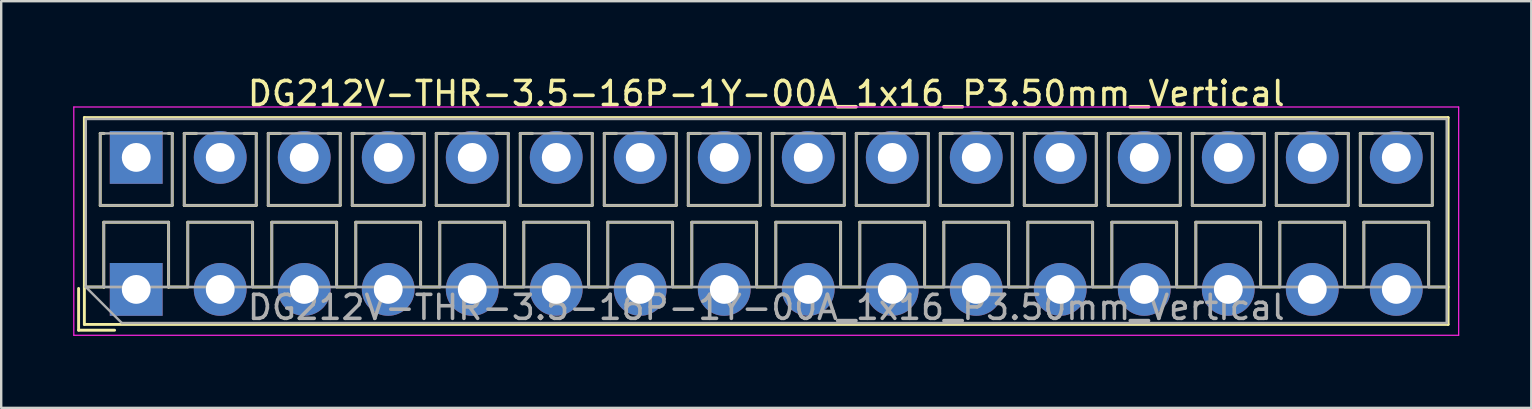
<source format=kicad_pcb>
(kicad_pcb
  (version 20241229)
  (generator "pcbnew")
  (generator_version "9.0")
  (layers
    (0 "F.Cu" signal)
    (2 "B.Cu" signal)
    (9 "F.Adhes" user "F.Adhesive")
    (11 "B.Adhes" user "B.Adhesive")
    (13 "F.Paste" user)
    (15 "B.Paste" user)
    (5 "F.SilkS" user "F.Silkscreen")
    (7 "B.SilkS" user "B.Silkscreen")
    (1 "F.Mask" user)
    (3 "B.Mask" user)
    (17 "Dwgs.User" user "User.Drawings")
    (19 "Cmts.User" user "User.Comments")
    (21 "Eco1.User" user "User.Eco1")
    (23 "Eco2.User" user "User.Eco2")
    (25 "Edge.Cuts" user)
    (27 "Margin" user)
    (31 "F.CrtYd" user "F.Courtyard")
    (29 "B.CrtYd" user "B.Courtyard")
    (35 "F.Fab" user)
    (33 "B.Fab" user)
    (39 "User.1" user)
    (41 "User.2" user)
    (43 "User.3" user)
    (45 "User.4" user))
  (footprint "DG212V-THR-3.5-16P-1Y-00A_1x16_P3.50mm_Vertical"
    (layer "F.Cu")
    (at 2.625 9.008)
    (property "Reference" "DG212V-THR-3.5-16P-1Y-00A_1x16_P3.50mm_Vertical" (at 26.25 -8.16 0) (layer "F.SilkS") (effects (font (size 1 1) (thickness 0.15))))
    (attr through_hole)
    (fp_line (start -2.4 -0.04) (end -2.4 1.7) (stroke (width 0.12) (type solid)) (layer "F.SilkS"))
    (fp_line (start -2.4 1.7) (end -0.9 1.7) (stroke (width 0.12) (type solid)) (layer "F.SilkS"))
    (fp_line (start -2.16 -7.16) (end -2.16 1.46) (stroke (width 0.12) (type solid)) (layer "F.SilkS"))
    (fp_line (start -2.16 -7.16) (end 54.66 -7.16) (stroke (width 0.12) (type solid)) (layer "F.SilkS"))
    (fp_line (start -2.16 -0.1) (end -1.34 -0.1) (stroke (width 0.12) (type solid)) (layer "F.SilkS"))
    (fp_line (start -2.16 1.46) (end 54.66 1.46) (stroke (width 0.12) (type solid)) (layer "F.SilkS"))
    (fp_line (start -1.5 -6.5) (end -1.5 -3.5) (stroke (width 0.12) (type solid)) (layer "F.SilkS"))
    (fp_line (start -1.5 -6.5) (end -1.34 -6.5) (stroke (width 0.12) (type solid)) (layer "F.SilkS"))
    (fp_line (start -1.5 -3.5) (end 1.5 -3.5) (stroke (width 0.12) (type solid)) (layer "F.SilkS"))
    (fp_line (start -1.35 -2.8) (end -1.35 -0.1) (stroke (width 0.12) (type solid)) (layer "F.SilkS"))
    (fp_line (start -1.35 -2.8) (end 1.35 -2.8) (stroke (width 0.12) (type solid)) (layer "F.SilkS"))
    (fp_line (start -1.35 -0.1) (end -1.34 -0.1) (stroke (width 0.12) (type solid)) (layer "F.SilkS"))
    (fp_line (start 1.34 -6.5) (end 1.5 -6.5) (stroke (width 0.12) (type solid)) (layer "F.SilkS"))
    (fp_line (start 1.34 -0.1) (end 1.35 -0.1) (stroke (width 0.12) (type solid)) (layer "F.SilkS"))
    (fp_line (start 1.34 -0.1) (end 2.148 -0.1) (stroke (width 0.12) (type solid)) (layer "F.SilkS"))
    (fp_line (start 1.35 -2.8) (end 1.35 -0.1) (stroke (width 0.12) (type solid)) (layer "F.SilkS"))
    (fp_line (start 1.5 -6.5) (end 1.5 -3.5) (stroke (width 0.12) (type solid)) (layer "F.SilkS"))
    (fp_line (start 2 -6.5) (end 2 -3.5) (stroke (width 0.12) (type solid)) (layer "F.SilkS"))
    (fp_line (start 2 -6.5) (end 2.512 -6.5) (stroke (width 0.12) (type solid)) (layer "F.SilkS"))
    (fp_line (start 2 -3.5) (end 5 -3.5) (stroke (width 0.12) (type solid)) (layer "F.SilkS"))
    (fp_line (start 2.15 -2.8) (end 2.15 -0.183) (stroke (width 0.12) (type solid)) (layer "F.SilkS"))
    (fp_line (start 2.15 -2.8) (end 4.85 -2.8) (stroke (width 0.12) (type solid)) (layer "F.SilkS"))
    (fp_line (start 4.489 -6.5) (end 5 -6.5) (stroke (width 0.12) (type solid)) (layer "F.SilkS"))
    (fp_line (start 4.85 -2.8) (end 4.85 -0.183) (stroke (width 0.12) (type solid)) (layer "F.SilkS"))
    (fp_line (start 4.853 -0.1) (end 5.648 -0.1) (stroke (width 0.12) (type solid)) (layer "F.SilkS"))
    (fp_line (start 5 -6.5) (end 5 -3.5) (stroke (width 0.12) (type solid)) (layer "F.SilkS"))
    (fp_line (start 5.5 -6.5) (end 5.5 -3.5) (stroke (width 0.12) (type solid)) (layer "F.SilkS"))
    (fp_line (start 5.5 -6.5) (end 6.012 -6.5) (stroke (width 0.12) (type solid)) (layer "F.SilkS"))
    (fp_line (start 5.5 -3.5) (end 8.5 -3.5) (stroke (width 0.12) (type solid)) (layer "F.SilkS"))
    (fp_line (start 5.65 -2.8) (end 5.65 -0.183) (stroke (width 0.12) (type solid)) (layer "F.SilkS"))
    (fp_line (start 5.65 -2.8) (end 8.351 -2.8) (stroke (width 0.12) (type solid)) (layer "F.SilkS"))
    (fp_line (start 7.989 -6.5) (end 8.5 -6.5) (stroke (width 0.12) (type solid)) (layer "F.SilkS"))
    (fp_line (start 8.351 -2.8) (end 8.351 -0.183) (stroke (width 0.12) (type solid)) (layer "F.SilkS"))
    (fp_line (start 8.353 -0.1) (end 9.148 -0.1) (stroke (width 0.12) (type solid)) (layer "F.SilkS"))
    (fp_line (start 8.5 -6.5) (end 8.5 -3.5) (stroke (width 0.12) (type solid)) (layer "F.SilkS"))
    (fp_line (start 9 -6.5) (end 9 -3.5) (stroke (width 0.12) (type solid)) (layer "F.SilkS"))
    (fp_line (start 9 -6.5) (end 9.512 -6.5) (stroke (width 0.12) (type solid)) (layer "F.SilkS"))
    (fp_line (start 9 -3.5) (end 12 -3.5) (stroke (width 0.12) (type solid)) (layer "F.SilkS"))
    (fp_line (start 9.15 -2.8) (end 9.15 -0.183) (stroke (width 0.12) (type solid)) (layer "F.SilkS"))
    (fp_line (start 9.15 -2.8) (end 11.851 -2.8) (stroke (width 0.12) (type solid)) (layer "F.SilkS"))
    (fp_line (start 11.489 -6.5) (end 12 -6.5) (stroke (width 0.12) (type solid)) (layer "F.SilkS"))
    (fp_line (start 11.851 -2.8) (end 11.851 -0.183) (stroke (width 0.12) (type solid)) (layer "F.SilkS"))
    (fp_line (start 11.853 -0.1) (end 12.648 -0.1) (stroke (width 0.12) (type solid)) (layer "F.SilkS"))
    (fp_line (start 12 -6.5) (end 12 -3.5) (stroke (width 0.12) (type solid)) (layer "F.SilkS"))
    (fp_line (start 12.5 -6.5) (end 12.5 -3.5) (stroke (width 0.12) (type solid)) (layer "F.SilkS"))
    (fp_line (start 12.5 -6.5) (end 13.012 -6.5) (stroke (width 0.12) (type solid)) (layer "F.SilkS"))
    (fp_line (start 12.5 -3.5) (end 15.5 -3.5) (stroke (width 0.12) (type solid)) (layer "F.SilkS"))
    (fp_line (start 12.65 -2.8) (end 12.65 -0.183) (stroke (width 0.12) (type solid)) (layer "F.SilkS"))
    (fp_line (start 12.65 -2.8) (end 15.351 -2.8) (stroke (width 0.12) (type solid)) (layer "F.SilkS"))
    (fp_line (start 14.989 -6.5) (end 15.5 -6.5) (stroke (width 0.12) (type solid)) (layer "F.SilkS"))
    (fp_line (start 15.351 -2.8) (end 15.351 -0.183) (stroke (width 0.12) (type solid)) (layer "F.SilkS"))
    (fp_line (start 15.353 -0.1) (end 16.148 -0.1) (stroke (width 0.12) (type solid)) (layer "F.SilkS"))
    (fp_line (start 15.5 -6.5) (end 15.5 -3.5) (stroke (width 0.12) (type solid)) (layer "F.SilkS"))
    (fp_line (start 16 -6.5) (end 16 -3.5) (stroke (width 0.12) (type solid)) (layer "F.SilkS"))
    (fp_line (start 16 -6.5) (end 16.512 -6.5) (stroke (width 0.12) (type solid)) (layer "F.SilkS"))
    (fp_line (start 16 -3.5) (end 19 -3.5) (stroke (width 0.12) (type solid)) (layer "F.SilkS"))
    (fp_line (start 16.15 -2.8) (end 16.15 -0.183) (stroke (width 0.12) (type solid)) (layer "F.SilkS"))
    (fp_line (start 16.15 -2.8) (end 18.85 -2.8) (stroke (width 0.12) (type solid)) (layer "F.SilkS"))
    (fp_line (start 18.489 -6.5) (end 19 -6.5) (stroke (width 0.12) (type solid)) (layer "F.SilkS"))
    (fp_line (start 18.85 -2.8) (end 18.85 -0.183) (stroke (width 0.12) (type solid)) (layer "F.SilkS"))
    (fp_line (start 18.853 -0.1) (end 19.648 -0.1) (stroke (width 0.12) (type solid)) (layer "F.SilkS"))
    (fp_line (start 19 -6.5) (end 19 -3.5) (stroke (width 0.12) (type solid)) (layer "F.SilkS"))
    (fp_line (start 19.5 -6.5) (end 19.5 -3.5) (stroke (width 0.12) (type solid)) (layer "F.SilkS"))
    (fp_line (start 19.5 -6.5) (end 20.012 -6.5) (stroke (width 0.12) (type solid)) (layer "F.SilkS"))
    (fp_line (start 19.5 -3.5) (end 22.5 -3.5) (stroke (width 0.12) (type solid)) (layer "F.SilkS"))
    (fp_line (start 19.65 -2.8) (end 19.65 -0.183) (stroke (width 0.12) (type solid)) (layer "F.SilkS"))
    (fp_line (start 19.65 -2.8) (end 22.35 -2.8) (stroke (width 0.12) (type solid)) (layer "F.SilkS"))
    (fp_line (start 21.989 -6.5) (end 22.5 -6.5) (stroke (width 0.12) (type solid)) (layer "F.SilkS"))
    (fp_line (start 22.35 -2.8) (end 22.35 -0.183) (stroke (width 0.12) (type solid)) (layer "F.SilkS"))
    (fp_line (start 22.353 -0.1) (end 23.148 -0.1) (stroke (width 0.12) (type solid)) (layer "F.SilkS"))
    (fp_line (start 22.5 -6.5) (end 22.5 -3.5) (stroke (width 0.12) (type solid)) (layer "F.SilkS"))
    (fp_line (start 23 -6.5) (end 23 -3.5) (stroke (width 0.12) (type solid)) (layer "F.SilkS"))
    (fp_line (start 23 -6.5) (end 23.512 -6.5) (stroke (width 0.12) (type solid)) (layer "F.SilkS"))
    (fp_line (start 23 -3.5) (end 26 -3.5) (stroke (width 0.12) (type solid)) (layer "F.SilkS"))
    (fp_line (start 23.15 -2.8) (end 23.15 -0.183) (stroke (width 0.12) (type solid)) (layer "F.SilkS"))
    (fp_line (start 23.15 -2.8) (end 25.85 -2.8) (stroke (width 0.12) (type solid)) (layer "F.SilkS"))
    (fp_line (start 25.489 -6.5) (end 26 -6.5) (stroke (width 0.12) (type solid)) (layer "F.SilkS"))
    (fp_line (start 25.85 -2.8) (end 25.85 -0.183) (stroke (width 0.12) (type solid)) (layer "F.SilkS"))
    (fp_line (start 25.853 -0.1) (end 26.648 -0.1) (stroke (width 0.12) (type solid)) (layer "F.SilkS"))
    (fp_line (start 26 -6.5) (end 26 -3.5) (stroke (width 0.12) (type solid)) (layer "F.SilkS"))
    (fp_line (start 26.5 -6.5) (end 26.5 -3.5) (stroke (width 0.12) (type solid)) (layer "F.SilkS"))
    (fp_line (start 26.5 -6.5) (end 27.012 -6.5) (stroke (width 0.12) (type solid)) (layer "F.SilkS"))
    (fp_line (start 26.5 -3.5) (end 29.5 -3.5) (stroke (width 0.12) (type solid)) (layer "F.SilkS"))
    (fp_line (start 26.65 -2.8) (end 26.65 -0.183) (stroke (width 0.12) (type solid)) (layer "F.SilkS"))
    (fp_line (start 26.65 -2.8) (end 29.35 -2.8) (stroke (width 0.12) (type solid)) (layer "F.SilkS"))
    (fp_line (start 28.989 -6.5) (end 29.5 -6.5) (stroke (width 0.12) (type solid)) (layer "F.SilkS"))
    (fp_line (start 29.35 -2.8) (end 29.35 -0.183) (stroke (width 0.12) (type solid)) (layer "F.SilkS"))
    (fp_line (start 29.353 -0.1) (end 30.148 -0.1) (stroke (width 0.12) (type solid)) (layer "F.SilkS"))
    (fp_line (start 29.5 -6.5) (end 29.5 -3.5) (stroke (width 0.12) (type solid)) (layer "F.SilkS"))
    (fp_line (start 30 -6.5) (end 30 -3.5) (stroke (width 0.12) (type solid)) (layer "F.SilkS"))
    (fp_line (start 30 -6.5) (end 30.512 -6.5) (stroke (width 0.12) (type solid)) (layer "F.SilkS"))
    (fp_line (start 30 -3.5) (end 33 -3.5) (stroke (width 0.12) (type solid)) (layer "F.SilkS"))
    (fp_line (start 30.15 -2.8) (end 30.15 -0.183) (stroke (width 0.12) (type solid)) (layer "F.SilkS"))
    (fp_line (start 30.15 -2.8) (end 32.85 -2.8) (stroke (width 0.12) (type solid)) (layer "F.SilkS"))
    (fp_line (start 32.489 -6.5) (end 33 -6.5) (stroke (width 0.12) (type solid)) (layer "F.SilkS"))
    (fp_line (start 32.85 -2.8) (end 32.85 -0.183) (stroke (width 0.12) (type solid)) (layer "F.SilkS"))
    (fp_line (start 32.853 -0.1) (end 33.648 -0.1) (stroke (width 0.12) (type solid)) (layer "F.SilkS"))
    (fp_line (start 33 -6.5) (end 33 -3.5) (stroke (width 0.12) (type solid)) (layer "F.SilkS"))
    (fp_line (start 33.5 -6.5) (end 33.5 -3.5) (stroke (width 0.12) (type solid)) (layer "F.SilkS"))
    (fp_line (start 33.5 -6.5) (end 34.012 -6.5) (stroke (width 0.12) (type solid)) (layer "F.SilkS"))
    (fp_line (start 33.5 -3.5) (end 36.5 -3.5) (stroke (width 0.12) (type solid)) (layer "F.SilkS"))
    (fp_line (start 33.65 -2.8) (end 33.65 -0.183) (stroke (width 0.12) (type solid)) (layer "F.SilkS"))
    (fp_line (start 33.65 -2.8) (end 36.35 -2.8) (stroke (width 0.12) (type solid)) (layer "F.SilkS"))
    (fp_line (start 35.989 -6.5) (end 36.5 -6.5) (stroke (width 0.12) (type solid)) (layer "F.SilkS"))
    (fp_line (start 36.35 -2.8) (end 36.35 -0.183) (stroke (width 0.12) (type solid)) (layer "F.SilkS"))
    (fp_line (start 36.353 -0.1) (end 37.148 -0.1) (stroke (width 0.12) (type solid)) (layer "F.SilkS"))
    (fp_line (start 36.5 -6.5) (end 36.5 -3.5) (stroke (width 0.12) (type solid)) (layer "F.SilkS"))
    (fp_line (start 37 -6.5) (end 37 -3.5) (stroke (width 0.12) (type solid)) (layer "F.SilkS"))
    (fp_line (start 37 -6.5) (end 37.512 -6.5) (stroke (width 0.12) (type solid)) (layer "F.SilkS"))
    (fp_line (start 37 -3.5) (end 40 -3.5) (stroke (width 0.12) (type solid)) (layer "F.SilkS"))
    (fp_line (start 37.15 -2.8) (end 37.15 -0.183) (stroke (width 0.12) (type solid)) (layer "F.SilkS"))
    (fp_line (start 37.15 -2.8) (end 39.85 -2.8) (stroke (width 0.12) (type solid)) (layer "F.SilkS"))
    (fp_line (start 39.489 -6.5) (end 40 -6.5) (stroke (width 0.12) (type solid)) (layer "F.SilkS"))
    (fp_line (start 39.85 -2.8) (end 39.85 -0.183) (stroke (width 0.12) (type solid)) (layer "F.SilkS"))
    (fp_line (start 39.853 -0.1) (end 40.648 -0.1) (stroke (width 0.12) (type solid)) (layer "F.SilkS"))
    (fp_line (start 40 -6.5) (end 40 -3.5) (stroke (width 0.12) (type solid)) (layer "F.SilkS"))
    (fp_line (start 40.5 -6.5) (end 40.5 -3.5) (stroke (width 0.12) (type solid)) (layer "F.SilkS"))
    (fp_line (start 40.5 -6.5) (end 41.012 -6.5) (stroke (width 0.12) (type solid)) (layer "F.SilkS"))
    (fp_line (start 40.5 -3.5) (end 43.5 -3.5) (stroke (width 0.12) (type solid)) (layer "F.SilkS"))
    (fp_line (start 40.65 -2.8) (end 40.65 -0.183) (stroke (width 0.12) (type solid)) (layer "F.SilkS"))
    (fp_line (start 40.65 -2.8) (end 43.35 -2.8) (stroke (width 0.12) (type solid)) (layer "F.SilkS"))
    (fp_line (start 42.989 -6.5) (end 43.5 -6.5) (stroke (width 0.12) (type solid)) (layer "F.SilkS"))
    (fp_line (start 43.35 -2.8) (end 43.35 -0.183) (stroke (width 0.12) (type solid)) (layer "F.SilkS"))
    (fp_line (start 43.353 -0.1) (end 44.148 -0.1) (stroke (width 0.12) (type solid)) (layer "F.SilkS"))
    (fp_line (start 43.5 -6.5) (end 43.5 -3.5) (stroke (width 0.12) (type solid)) (layer "F.SilkS"))
    (fp_line (start 44 -6.5) (end 44 -3.5) (stroke (width 0.12) (type solid)) (layer "F.SilkS"))
    (fp_line (start 44 -6.5) (end 44.512 -6.5) (stroke (width 0.12) (type solid)) (layer "F.SilkS"))
    (fp_line (start 44 -3.5) (end 47 -3.5) (stroke (width 0.12) (type solid)) (layer "F.SilkS"))
    (fp_line (start 44.15 -2.8) (end 44.15 -0.183) (stroke (width 0.12) (type solid)) (layer "F.SilkS"))
    (fp_line (start 44.15 -2.8) (end 46.85 -2.8) (stroke (width 0.12) (type solid)) (layer "F.SilkS"))
    (fp_line (start 46.489 -6.5) (end 47 -6.5) (stroke (width 0.12) (type solid)) (layer "F.SilkS"))
    (fp_line (start 46.85 -2.8) (end 46.85 -0.183) (stroke (width 0.12) (type solid)) (layer "F.SilkS"))
    (fp_line (start 46.853 -0.1) (end 47.648 -0.1) (stroke (width 0.12) (type solid)) (layer "F.SilkS"))
    (fp_line (start 47 -6.5) (end 47 -3.5) (stroke (width 0.12) (type solid)) (layer "F.SilkS"))
    (fp_line (start 47.5 -6.5) (end 47.5 -3.5) (stroke (width 0.12) (type solid)) (layer "F.SilkS"))
    (fp_line (start 47.5 -6.5) (end 48.012 -6.5) (stroke (width 0.12) (type solid)) (layer "F.SilkS"))
    (fp_line (start 47.5 -3.5) (end 50.5 -3.5) (stroke (width 0.12) (type solid)) (layer "F.SilkS"))
    (fp_line (start 47.65 -2.8) (end 47.65 -0.183) (stroke (width 0.12) (type solid)) (layer "F.SilkS"))
    (fp_line (start 47.65 -2.8) (end 50.35 -2.8) (stroke (width 0.12) (type solid)) (layer "F.SilkS"))
    (fp_line (start 49.989 -6.5) (end 50.5 -6.5) (stroke (width 0.12) (type solid)) (layer "F.SilkS"))
    (fp_line (start 50.35 -2.8) (end 50.35 -0.183) (stroke (width 0.12) (type solid)) (layer "F.SilkS"))
    (fp_line (start 50.353 -0.1) (end 51.148 -0.1) (stroke (width 0.12) (type solid)) (layer "F.SilkS"))
    (fp_line (start 50.5 -6.5) (end 50.5 -3.5) (stroke (width 0.12) (type solid)) (layer "F.SilkS"))
    (fp_line (start 51 -6.5) (end 51 -3.5) (stroke (width 0.12) (type solid)) (layer "F.SilkS"))
    (fp_line (start 51 -6.5) (end 51.512 -6.5) (stroke (width 0.12) (type solid)) (layer "F.SilkS"))
    (fp_line (start 51 -3.5) (end 54 -3.5) (stroke (width 0.12) (type solid)) (layer "F.SilkS"))
    (fp_line (start 51.15 -2.8) (end 51.15 -0.183) (stroke (width 0.12) (type solid)) (layer "F.SilkS"))
    (fp_line (start 51.15 -2.8) (end 53.85 -2.8) (stroke (width 0.12) (type solid)) (layer "F.SilkS"))
    (fp_line (start 53.489 -6.5) (end 54 -6.5) (stroke (width 0.12) (type solid)) (layer "F.SilkS"))
    (fp_line (start 53.85 -2.8) (end 53.85 -0.183) (stroke (width 0.12) (type solid)) (layer "F.SilkS"))
    (fp_line (start 53.853 -0.1) (end 54.66 -0.1) (stroke (width 0.12) (type solid)) (layer "F.SilkS"))
    (fp_line (start 54 -6.5) (end 54 -3.5) (stroke (width 0.12) (type solid)) (layer "F.SilkS"))
    (fp_line (start 54.66 -7.16) (end 54.66 1.46) (stroke (width 0.12) (type solid)) (layer "F.SilkS"))
    (fp_line (start -2.6 -7.6) (end -2.6 1.91) (stroke (width 0.05) (type solid)) (layer "F.CrtYd"))
    (fp_line (start -2.6 1.91) (end 55.1 1.91) (stroke (width 0.05) (type solid)) (layer "F.CrtYd"))
    (fp_line (start 55.1 -7.6) (end -2.6 -7.6) (stroke (width 0.05) (type solid)) (layer "F.CrtYd"))
    (fp_line (start 55.1 1.91) (end 55.1 -7.6) (stroke (width 0.05) (type solid)) (layer "F.CrtYd"))
    (fp_line (start -2.1 -7.1) (end 54.6 -7.1) (stroke (width 0.1) (type solid)) (layer "F.Fab"))
    (fp_line (start -2.1 -0.1) (end -2.1 -7.1) (stroke (width 0.1) (type solid)) (layer "F.Fab"))
    (fp_line (start -2.1 -0.1) (end 54.6 -0.1) (stroke (width 0.1) (type solid)) (layer "F.Fab"))
    (fp_line (start -1.5 -6.5) (end -1.5 -3.5) (stroke (width 0.1) (type solid)) (layer "F.Fab"))
    (fp_line (start -1.5 -3.5) (end 1.5 -3.5) (stroke (width 0.1) (type solid)) (layer "F.Fab"))
    (fp_line (start -1.35 -2.8) (end -1.35 -0.1) (stroke (width 0.1) (type solid)) (layer "F.Fab"))
    (fp_line (start -1.35 -0.1) (end 1.35 -0.1) (stroke (width 0.1) (type solid)) (layer "F.Fab"))
    (fp_line (start -0.6 1.4) (end -2.1 -0.1) (stroke (width 0.1) (type solid)) (layer "F.Fab"))
    (fp_line (start 1.35 -2.8) (end -1.35 -2.8) (stroke (width 0.1) (type solid)) (layer "F.Fab"))
    (fp_line (start 1.35 -0.1) (end 1.35 -2.8) (stroke (width 0.1) (type solid)) (layer "F.Fab"))
    (fp_line (start 1.5 -6.5) (end -1.5 -6.5) (stroke (width 0.1) (type solid)) (layer "F.Fab"))
    (fp_line (start 1.5 -3.5) (end 1.5 -6.5) (stroke (width 0.1) (type solid)) (layer "F.Fab"))
    (fp_line (start 2 -6.5) (end 2 -3.5) (stroke (width 0.1) (type solid)) (layer "F.Fab"))
    (fp_line (start 2 -3.5) (end 5 -3.5) (stroke (width 0.1) (type solid)) (layer "F.Fab"))
    (fp_line (start 2.15 -2.8) (end 2.15 -0.1) (stroke (width 0.1) (type solid)) (layer "F.Fab"))
    (fp_line (start 2.15 -0.1) (end 4.85 -0.1) (stroke (width 0.1) (type solid)) (layer "F.Fab"))
    (fp_line (start 4.85 -2.8) (end 2.15 -2.8) (stroke (width 0.1) (type solid)) (layer "F.Fab"))
    (fp_line (start 4.85 -0.1) (end 4.85 -2.8) (stroke (width 0.1) (type solid)) (layer "F.Fab"))
    (fp_line (start 5 -6.5) (end 2 -6.5) (stroke (width 0.1) (type solid)) (layer "F.Fab"))
    (fp_line (start 5 -3.5) (end 5 -6.5) (stroke (width 0.1) (type solid)) (layer "F.Fab"))
    (fp_line (start 5.5 -6.5) (end 5.5 -3.5) (stroke (width 0.1) (type solid)) (layer "F.Fab"))
    (fp_line (start 5.5 -3.5) (end 8.5 -3.5) (stroke (width 0.1) (type solid)) (layer "F.Fab"))
    (fp_line (start 5.65 -2.8) (end 5.65 -0.1) (stroke (width 0.1) (type solid)) (layer "F.Fab"))
    (fp_line (start 5.65 -0.1) (end 8.351 -0.1) (stroke (width 0.1) (type solid)) (layer "F.Fab"))
    (fp_line (start 8.351 -2.8) (end 5.65 -2.8) (stroke (width 0.1) (type solid)) (layer "F.Fab"))
    (fp_line (start 8.351 -0.1) (end 8.351 -2.8) (stroke (width 0.1) (type solid)) (layer "F.Fab"))
    (fp_line (start 8.5 -6.5) (end 5.5 -6.5) (stroke (width 0.1) (type solid)) (layer "F.Fab"))
    (fp_line (start 8.5 -3.5) (end 8.5 -6.5) (stroke (width 0.1) (type solid)) (layer "F.Fab"))
    (fp_line (start 9 -6.5) (end 9 -3.5) (stroke (width 0.1) (type solid)) (layer "F.Fab"))
    (fp_line (start 9 -3.5) (end 12 -3.5) (stroke (width 0.1) (type solid)) (layer "F.Fab"))
    (fp_line (start 9.15 -2.8) (end 9.15 -0.1) (stroke (width 0.1) (type solid)) (layer "F.Fab"))
    (fp_line (start 9.15 -0.1) (end 11.851 -0.1) (stroke (width 0.1) (type solid)) (layer "F.Fab"))
    (fp_line (start 11.851 -2.8) (end 9.15 -2.8) (stroke (width 0.1) (type solid)) (layer "F.Fab"))
    (fp_line (start 11.851 -0.1) (end 11.851 -2.8) (stroke (width 0.1) (type solid)) (layer "F.Fab"))
    (fp_line (start 12 -6.5) (end 9 -6.5) (stroke (width 0.1) (type solid)) (layer "F.Fab"))
    (fp_line (start 12 -3.5) (end 12 -6.5) (stroke (width 0.1) (type solid)) (layer "F.Fab"))
    (fp_line (start 12.5 -6.5) (end 12.5 -3.5) (stroke (width 0.1) (type solid)) (layer "F.Fab"))
    (fp_line (start 12.5 -3.5) (end 15.5 -3.5) (stroke (width 0.1) (type solid)) (layer "F.Fab"))
    (fp_line (start 12.65 -2.8) (end 12.65 -0.1) (stroke (width 0.1) (type solid)) (layer "F.Fab"))
    (fp_line (start 12.65 -0.1) (end 15.351 -0.1) (stroke (width 0.1) (type solid)) (layer "F.Fab"))
    (fp_line (start 15.351 -2.8) (end 12.65 -2.8) (stroke (width 0.1) (type solid)) (layer "F.Fab"))
    (fp_line (start 15.351 -0.1) (end 15.351 -2.8) (stroke (width 0.1) (type solid)) (layer "F.Fab"))
    (fp_line (start 15.5 -6.5) (end 12.5 -6.5) (stroke (width 0.1) (type solid)) (layer "F.Fab"))
    (fp_line (start 15.5 -3.5) (end 15.5 -6.5) (stroke (width 0.1) (type solid)) (layer "F.Fab"))
    (fp_line (start 16 -6.5) (end 16 -3.5) (stroke (width 0.1) (type solid)) (layer "F.Fab"))
    (fp_line (start 16 -3.5) (end 19 -3.5) (stroke (width 0.1) (type solid)) (layer "F.Fab"))
    (fp_line (start 16.15 -2.8) (end 16.15 -0.1) (stroke (width 0.1) (type solid)) (layer "F.Fab"))
    (fp_line (start 16.15 -0.1) (end 18.85 -0.1) (stroke (width 0.1) (type solid)) (layer "F.Fab"))
    (fp_line (start 18.85 -2.8) (end 16.15 -2.8) (stroke (width 0.1) (type solid)) (layer "F.Fab"))
    (fp_line (start 18.85 -0.1) (end 18.85 -2.8) (stroke (width 0.1) (type solid)) (layer "F.Fab"))
    (fp_line (start 19 -6.5) (end 16 -6.5) (stroke (width 0.1) (type solid)) (layer "F.Fab"))
    (fp_line (start 19 -3.5) (end 19 -6.5) (stroke (width 0.1) (type solid)) (layer "F.Fab"))
    (fp_line (start 19.5 -6.5) (end 19.5 -3.5) (stroke (width 0.1) (type solid)) (layer "F.Fab"))
    (fp_line (start 19.5 -3.5) (end 22.5 -3.5) (stroke (width 0.1) (type solid)) (layer "F.Fab"))
    (fp_line (start 19.65 -2.8) (end 19.65 -0.1) (stroke (width 0.1) (type solid)) (layer "F.Fab"))
    (fp_line (start 19.65 -0.1) (end 22.35 -0.1) (stroke (width 0.1) (type solid)) (layer "F.Fab"))
    (fp_line (start 22.35 -2.8) (end 19.65 -2.8) (stroke (width 0.1) (type solid)) (layer "F.Fab"))
    (fp_line (start 22.35 -0.1) (end 22.35 -2.8) (stroke (width 0.1) (type solid)) (layer "F.Fab"))
    (fp_line (start 22.5 -6.5) (end 19.5 -6.5) (stroke (width 0.1) (type solid)) (layer "F.Fab"))
    (fp_line (start 22.5 -3.5) (end 22.5 -6.5) (stroke (width 0.1) (type solid)) (layer "F.Fab"))
    (fp_line (start 23 -6.5) (end 23 -3.5) (stroke (width 0.1) (type solid)) (layer "F.Fab"))
    (fp_line (start 23 -3.5) (end 26 -3.5) (stroke (width 0.1) (type solid)) (layer "F.Fab"))
    (fp_line (start 23.15 -2.8) (end 23.15 -0.1) (stroke (width 0.1) (type solid)) (layer "F.Fab"))
    (fp_line (start 23.15 -0.1) (end 25.85 -0.1) (stroke (width 0.1) (type solid)) (layer "F.Fab"))
    (fp_line (start 25.85 -2.8) (end 23.15 -2.8) (stroke (width 0.1) (type solid)) (layer "F.Fab"))
    (fp_line (start 25.85 -0.1) (end 25.85 -2.8) (stroke (width 0.1) (type solid)) (layer "F.Fab"))
    (fp_line (start 26 -6.5) (end 23 -6.5) (stroke (width 0.1) (type solid)) (layer "F.Fab"))
    (fp_line (start 26 -3.5) (end 26 -6.5) (stroke (width 0.1) (type solid)) (layer "F.Fab"))
    (fp_line (start 26.5 -6.5) (end 26.5 -3.5) (stroke (width 0.1) (type solid)) (layer "F.Fab"))
    (fp_line (start 26.5 -3.5) (end 29.5 -3.5) (stroke (width 0.1) (type solid)) (layer "F.Fab"))
    (fp_line (start 26.65 -2.8) (end 26.65 -0.1) (stroke (width 0.1) (type solid)) (layer "F.Fab"))
    (fp_line (start 26.65 -0.1) (end 29.35 -0.1) (stroke (width 0.1) (type solid)) (layer "F.Fab"))
    (fp_line (start 29.35 -2.8) (end 26.65 -2.8) (stroke (width 0.1) (type solid)) (layer "F.Fab"))
    (fp_line (start 29.35 -0.1) (end 29.35 -2.8) (stroke (width 0.1) (type solid)) (layer "F.Fab"))
    (fp_line (start 29.5 -6.5) (end 26.5 -6.5) (stroke (width 0.1) (type solid)) (layer "F.Fab"))
    (fp_line (start 29.5 -3.5) (end 29.5 -6.5) (stroke (width 0.1) (type solid)) (layer "F.Fab"))
    (fp_line (start 30 -6.5) (end 30 -3.5) (stroke (width 0.1) (type solid)) (layer "F.Fab"))
    (fp_line (start 30 -3.5) (end 33 -3.5) (stroke (width 0.1) (type solid)) (layer "F.Fab"))
    (fp_line (start 30.15 -2.8) (end 30.15 -0.1) (stroke (width 0.1) (type solid)) (layer "F.Fab"))
    (fp_line (start 30.15 -0.1) (end 32.85 -0.1) (stroke (width 0.1) (type solid)) (layer "F.Fab"))
    (fp_line (start 32.85 -2.8) (end 30.15 -2.8) (stroke (width 0.1) (type solid)) (layer "F.Fab"))
    (fp_line (start 32.85 -0.1) (end 32.85 -2.8) (stroke (width 0.1) (type solid)) (layer "F.Fab"))
    (fp_line (start 33 -6.5) (end 30 -6.5) (stroke (width 0.1) (type solid)) (layer "F.Fab"))
    (fp_line (start 33 -3.5) (end 33 -6.5) (stroke (width 0.1) (type solid)) (layer "F.Fab"))
    (fp_line (start 33.5 -6.5) (end 33.5 -3.5) (stroke (width 0.1) (type solid)) (layer "F.Fab"))
    (fp_line (start 33.5 -3.5) (end 36.5 -3.5) (stroke (width 0.1) (type solid)) (layer "F.Fab"))
    (fp_line (start 33.65 -2.8) (end 33.65 -0.1) (stroke (width 0.1) (type solid)) (layer "F.Fab"))
    (fp_line (start 33.65 -0.1) (end 36.35 -0.1) (stroke (width 0.1) (type solid)) (layer "F.Fab"))
    (fp_line (start 36.35 -2.8) (end 33.65 -2.8) (stroke (width 0.1) (type solid)) (layer "F.Fab"))
    (fp_line (start 36.35 -0.1) (end 36.35 -2.8) (stroke (width 0.1) (type solid)) (layer "F.Fab"))
    (fp_line (start 36.5 -6.5) (end 33.5 -6.5) (stroke (width 0.1) (type solid)) (layer "F.Fab"))
    (fp_line (start 36.5 -3.5) (end 36.5 -6.5) (stroke (width 0.1) (type solid)) (layer "F.Fab"))
    (fp_line (start 37 -6.5) (end 37 -3.5) (stroke (width 0.1) (type solid)) (layer "F.Fab"))
    (fp_line (start 37 -3.5) (end 40 -3.5) (stroke (width 0.1) (type solid)) (layer "F.Fab"))
    (fp_line (start 37.15 -2.8) (end 37.15 -0.1) (stroke (width 0.1) (type solid)) (layer "F.Fab"))
    (fp_line (start 37.15 -0.1) (end 39.85 -0.1) (stroke (width 0.1) (type solid)) (layer "F.Fab"))
    (fp_line (start 39.85 -2.8) (end 37.15 -2.8) (stroke (width 0.1) (type solid)) (layer "F.Fab"))
    (fp_line (start 39.85 -0.1) (end 39.85 -2.8) (stroke (width 0.1) (type solid)) (layer "F.Fab"))
    (fp_line (start 40 -6.5) (end 37 -6.5) (stroke (width 0.1) (type solid)) (layer "F.Fab"))
    (fp_line (start 40 -3.5) (end 40 -6.5) (stroke (width 0.1) (type solid)) (layer "F.Fab"))
    (fp_line (start 40.5 -6.5) (end 40.5 -3.5) (stroke (width 0.1) (type solid)) (layer "F.Fab"))
    (fp_line (start 40.5 -3.5) (end 43.5 -3.5) (stroke (width 0.1) (type solid)) (layer "F.Fab"))
    (fp_line (start 40.65 -2.8) (end 40.65 -0.1) (stroke (width 0.1) (type solid)) (layer "F.Fab"))
    (fp_line (start 40.65 -0.1) (end 43.35 -0.1) (stroke (width 0.1) (type solid)) (layer "F.Fab"))
    (fp_line (start 43.35 -2.8) (end 40.65 -2.8) (stroke (width 0.1) (type solid)) (layer "F.Fab"))
    (fp_line (start 43.35 -0.1) (end 43.35 -2.8) (stroke (width 0.1) (type solid)) (layer "F.Fab"))
    (fp_line (start 43.5 -6.5) (end 40.5 -6.5) (stroke (width 0.1) (type solid)) (layer "F.Fab"))
    (fp_line (start 43.5 -3.5) (end 43.5 -6.5) (stroke (width 0.1) (type solid)) (layer "F.Fab"))
    (fp_line (start 44 -6.5) (end 44 -3.5) (stroke (width 0.1) (type solid)) (layer "F.Fab"))
    (fp_line (start 44 -3.5) (end 47 -3.5) (stroke (width 0.1) (type solid)) (layer "F.Fab"))
    (fp_line (start 44.15 -2.8) (end 44.15 -0.1) (stroke (width 0.1) (type solid)) (layer "F.Fab"))
    (fp_line (start 44.15 -0.1) (end 46.85 -0.1) (stroke (width 0.1) (type solid)) (layer "F.Fab"))
    (fp_line (start 46.85 -2.8) (end 44.15 -2.8) (stroke (width 0.1) (type solid)) (layer "F.Fab"))
    (fp_line (start 46.85 -0.1) (end 46.85 -2.8) (stroke (width 0.1) (type solid)) (layer "F.Fab"))
    (fp_line (start 47 -6.5) (end 44 -6.5) (stroke (width 0.1) (type solid)) (layer "F.Fab"))
    (fp_line (start 47 -3.5) (end 47 -6.5) (stroke (width 0.1) (type solid)) (layer "F.Fab"))
    (fp_line (start 47.5 -6.5) (end 47.5 -3.5) (stroke (width 0.1) (type solid)) (layer "F.Fab"))
    (fp_line (start 47.5 -3.5) (end 50.5 -3.5) (stroke (width 0.1) (type solid)) (layer "F.Fab"))
    (fp_line (start 47.65 -2.8) (end 47.65 -0.1) (stroke (width 0.1) (type solid)) (layer "F.Fab"))
    (fp_line (start 47.65 -0.1) (end 50.35 -0.1) (stroke (width 0.1) (type solid)) (layer "F.Fab"))
    (fp_line (start 50.35 -2.8) (end 47.65 -2.8) (stroke (width 0.1) (type solid)) (layer "F.Fab"))
    (fp_line (start 50.35 -0.1) (end 50.35 -2.8) (stroke (width 0.1) (type solid)) (layer "F.Fab"))
    (fp_line (start 50.5 -6.5) (end 47.5 -6.5) (stroke (width 0.1) (type solid)) (layer "F.Fab"))
    (fp_line (start 50.5 -3.5) (end 50.5 -6.5) (stroke (width 0.1) (type solid)) (layer "F.Fab"))
    (fp_line (start 51 -6.5) (end 51 -3.5) (stroke (width 0.1) (type solid)) (layer "F.Fab"))
    (fp_line (start 51 -3.5) (end 54 -3.5) (stroke (width 0.1) (type solid)) (layer "F.Fab"))
    (fp_line (start 51.15 -2.8) (end 51.15 -0.1) (stroke (width 0.1) (type solid)) (layer "F.Fab"))
    (fp_line (start 51.15 -0.1) (end 53.85 -0.1) (stroke (width 0.1) (type solid)) (layer "F.Fab"))
    (fp_line (start 53.85 -2.8) (end 51.15 -2.8) (stroke (width 0.1) (type solid)) (layer "F.Fab"))
    (fp_line (start 53.85 -0.1) (end 53.85 -2.8) (stroke (width 0.1) (type solid)) (layer "F.Fab"))
    (fp_line (start 54 -6.5) (end 51 -6.5) (stroke (width 0.1) (type solid)) (layer "F.Fab"))
    (fp_line (start 54 -3.5) (end 54 -6.5) (stroke (width 0.1) (type solid)) (layer "F.Fab"))
    (fp_line (start 54.6 -7.1) (end 54.6 1.4) (stroke (width 0.1) (type solid)) (layer "F.Fab"))
    (fp_line (start 54.6 1.4) (end -0.6 1.4) (stroke (width 0.1) (type solid)) (layer "F.Fab"))
    (fp_text user "${REFERENCE}" (at 26.25 0.75 0) (layer "F.Fab") (effects (font (size 1 1) (thickness 0.15))))
    (pad "1" thru_hole rect (at 0 -5.5) (size 2.2 2.2) (drill 1.2) (layers "*.Cu" "*.Mask"))
    (pad "1" thru_hole rect (at 0 0) (size 2.2 2.2) (drill 1.2) (layers "*.Cu" "*.Mask"))
    (pad "2" thru_hole circle (at 3.5 -5.5) (size 2.2 2.2) (drill 1.2) (layers "*.Cu" "*.Mask"))
    (pad "2" thru_hole circle (at 3.5 0) (size 2.2 2.2) (drill 1.2) (layers "*.Cu" "*.Mask"))
    (pad "3" thru_hole circle (at 7 -5.5) (size 2.2 2.2) (drill 1.2) (layers "*.Cu" "*.Mask"))
    (pad "3" thru_hole circle (at 7 0) (size 2.2 2.2) (drill 1.2) (layers "*.Cu" "*.Mask"))
    (pad "4" thru_hole circle (at 10.5 -5.5) (size 2.2 2.2) (drill 1.2) (layers "*.Cu" "*.Mask"))
    (pad "4" thru_hole circle (at 10.5 0) (size 2.2 2.2) (drill 1.2) (layers "*.Cu" "*.Mask"))
    (pad "5" thru_hole circle (at 14 -5.5) (size 2.2 2.2) (drill 1.2) (layers "*.Cu" "*.Mask"))
    (pad "5" thru_hole circle (at 14 0) (size 2.2 2.2) (drill 1.2) (layers "*.Cu" "*.Mask"))
    (pad "6" thru_hole circle (at 17.5 -5.5) (size 2.2 2.2) (drill 1.2) (layers "*.Cu" "*.Mask"))
    (pad "6" thru_hole circle (at 17.5 0) (size 2.2 2.2) (drill 1.2) (layers "*.Cu" "*.Mask"))
    (pad "7" thru_hole circle (at 21 -5.5) (size 2.2 2.2) (drill 1.2) (layers "*.Cu" "*.Mask"))
    (pad "7" thru_hole circle (at 21 0) (size 2.2 2.2) (drill 1.2) (layers "*.Cu" "*.Mask"))
    (pad "8" thru_hole circle (at 24.5 -5.5) (size 2.2 2.2) (drill 1.2) (layers "*.Cu" "*.Mask"))
    (pad "8" thru_hole circle (at 24.5 0) (size 2.2 2.2) (drill 1.2) (layers "*.Cu" "*.Mask"))
    (pad "9" thru_hole circle (at 28 -5.5) (size 2.2 2.2) (drill 1.2) (layers "*.Cu" "*.Mask"))
    (pad "9" thru_hole circle (at 28 0) (size 2.2 2.2) (drill 1.2) (layers "*.Cu" "*.Mask"))
    (pad "10" thru_hole circle (at 31.5 -5.5) (size 2.2 2.2) (drill 1.2) (layers "*.Cu" "*.Mask"))
    (pad "10" thru_hole circle (at 31.5 0) (size 2.2 2.2) (drill 1.2) (layers "*.Cu" "*.Mask"))
    (pad "11" thru_hole circle (at 35 -5.5) (size 2.2 2.2) (drill 1.2) (layers "*.Cu" "*.Mask"))
    (pad "11" thru_hole circle (at 35 0) (size 2.2 2.2) (drill 1.2) (layers "*.Cu" "*.Mask"))
    (pad "12" thru_hole circle (at 38.5 -5.5) (size 2.2 2.2) (drill 1.2) (layers "*.Cu" "*.Mask"))
    (pad "12" thru_hole circle (at 38.5 0) (size 2.2 2.2) (drill 1.2) (layers "*.Cu" "*.Mask"))
    (pad "13" thru_hole circle (at 42 -5.5) (size 2.2 2.2) (drill 1.2) (layers "*.Cu" "*.Mask"))
    (pad "13" thru_hole circle (at 42 0) (size 2.2 2.2) (drill 1.2) (layers "*.Cu" "*.Mask"))
    (pad "14" thru_hole circle (at 45.5 -5.5) (size 2.2 2.2) (drill 1.2) (layers "*.Cu" "*.Mask"))
    (pad "14" thru_hole circle (at 45.5 0) (size 2.2 2.2) (drill 1.2) (layers "*.Cu" "*.Mask"))
    (pad "15" thru_hole circle (at 49 -5.5) (size 2.2 2.2) (drill 1.2) (layers "*.Cu" "*.Mask"))
    (pad "15" thru_hole circle (at 49 0) (size 2.2 2.2) (drill 1.2) (layers "*.Cu" "*.Mask"))
    (pad "16" thru_hole circle (at 52.5 -5.5) (size 2.2 2.2) (drill 1.2) (layers "*.Cu" "*.Mask"))
    (pad "16" thru_hole circle (at 52.5 0) (size 2.2 2.2) (drill 1.2) (layers "*.Cu" "*.Mask")))
  (gr_rect
    (start -3 -3)
    (end 60.75 13.943)
    (stroke (width 0.1) (type default))
    (fill no)
    (layer "Edge.Cuts")))
</source>
